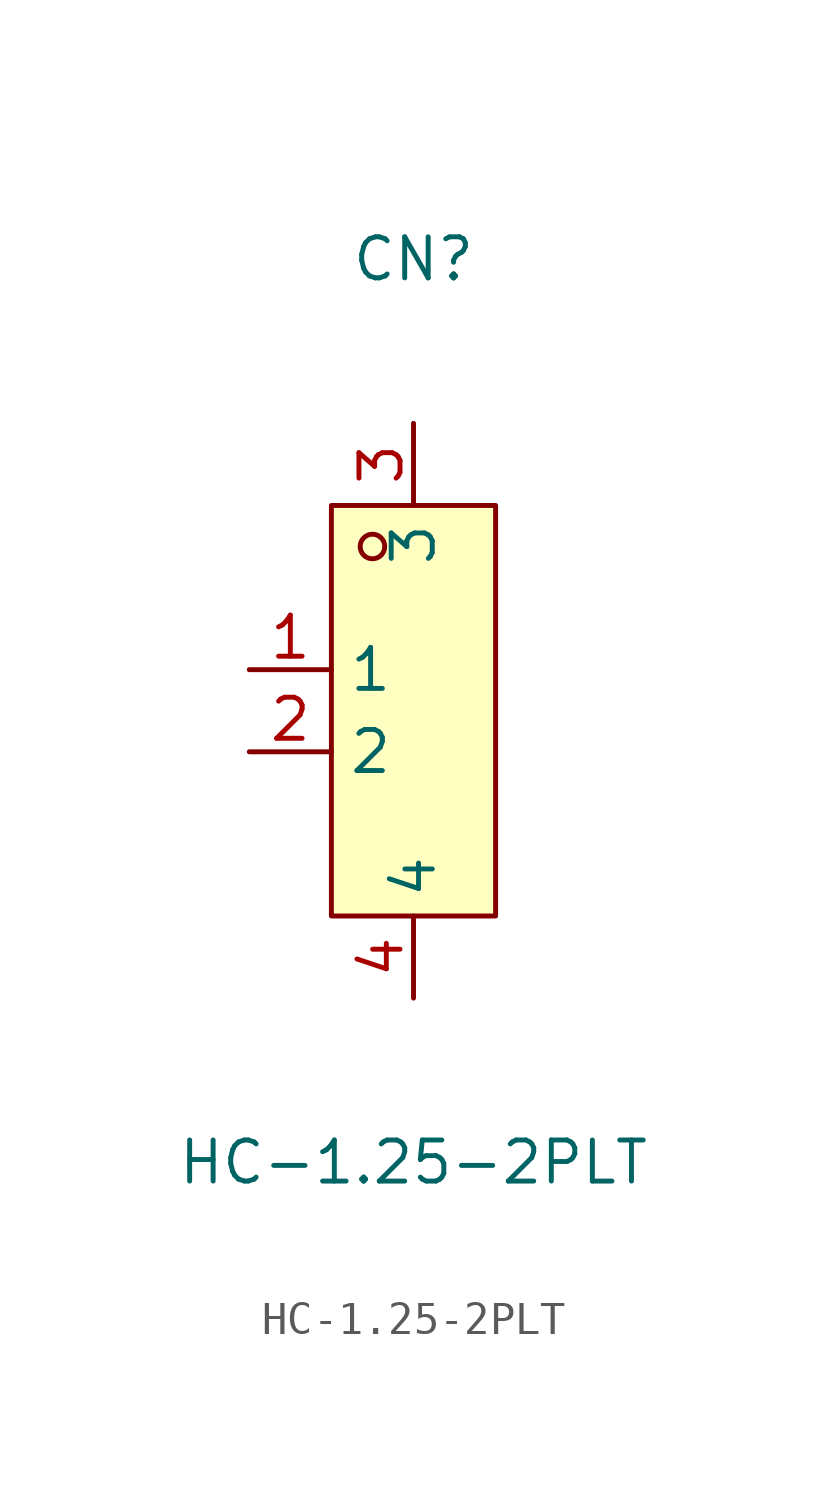
<source format=kicad_sym>
(kicad_symbol_lib
  (version 20211014)
  (generator https://github.com/uPesy/easyeda2kicad.py)
  (symbol "HC-1.25-2PLT"
    (property "Reference" "CN"
      (at 0 13.97 0)
      (effects (font (size 1.27 1.27))))
    (property "Value" "HC-1.25-2PLT"
      (at 0 -13.97 0)
      (effects (font (size 1.27 1.27))))
    (symbol "HC-1.25-2PLT_0_1"
      (rectangle (start -2.54 6.35) (end 2.54 -6.35) (stroke (width 0) (type default) (color 0 0 0 0)) (fill (type background)))
      (circle (center -1.27 5.08) (radius 0.38) (stroke (width 0) (type default) (color 0 0 0 0)) (fill (type none)))
      (pin unspecified line (at -5.08 1.27 0) (length 2.54) (name "1" (effects (font (size 1.27 1.27)))) (number "1" (effects (font (size 1.27 1.27)))))
      (pin unspecified line (at -5.08 -1.27 0) (length 2.54) (name "2" (effects (font (size 1.27 1.27)))) (number "2" (effects (font (size 1.27 1.27)))))
      (pin unspecified line (at 0.00 8.89 270) (length 2.54) (name "3" (effects (font (size 1.27 1.27)))) (number "3" (effects (font (size 1.27 1.27)))))
      (pin unspecified line (at 0.00 -8.89 90) (length 2.54) (name "4" (effects (font (size 1.27 1.27)))) (number "4" (effects (font (size 1.27 1.27))))))))
</source>
